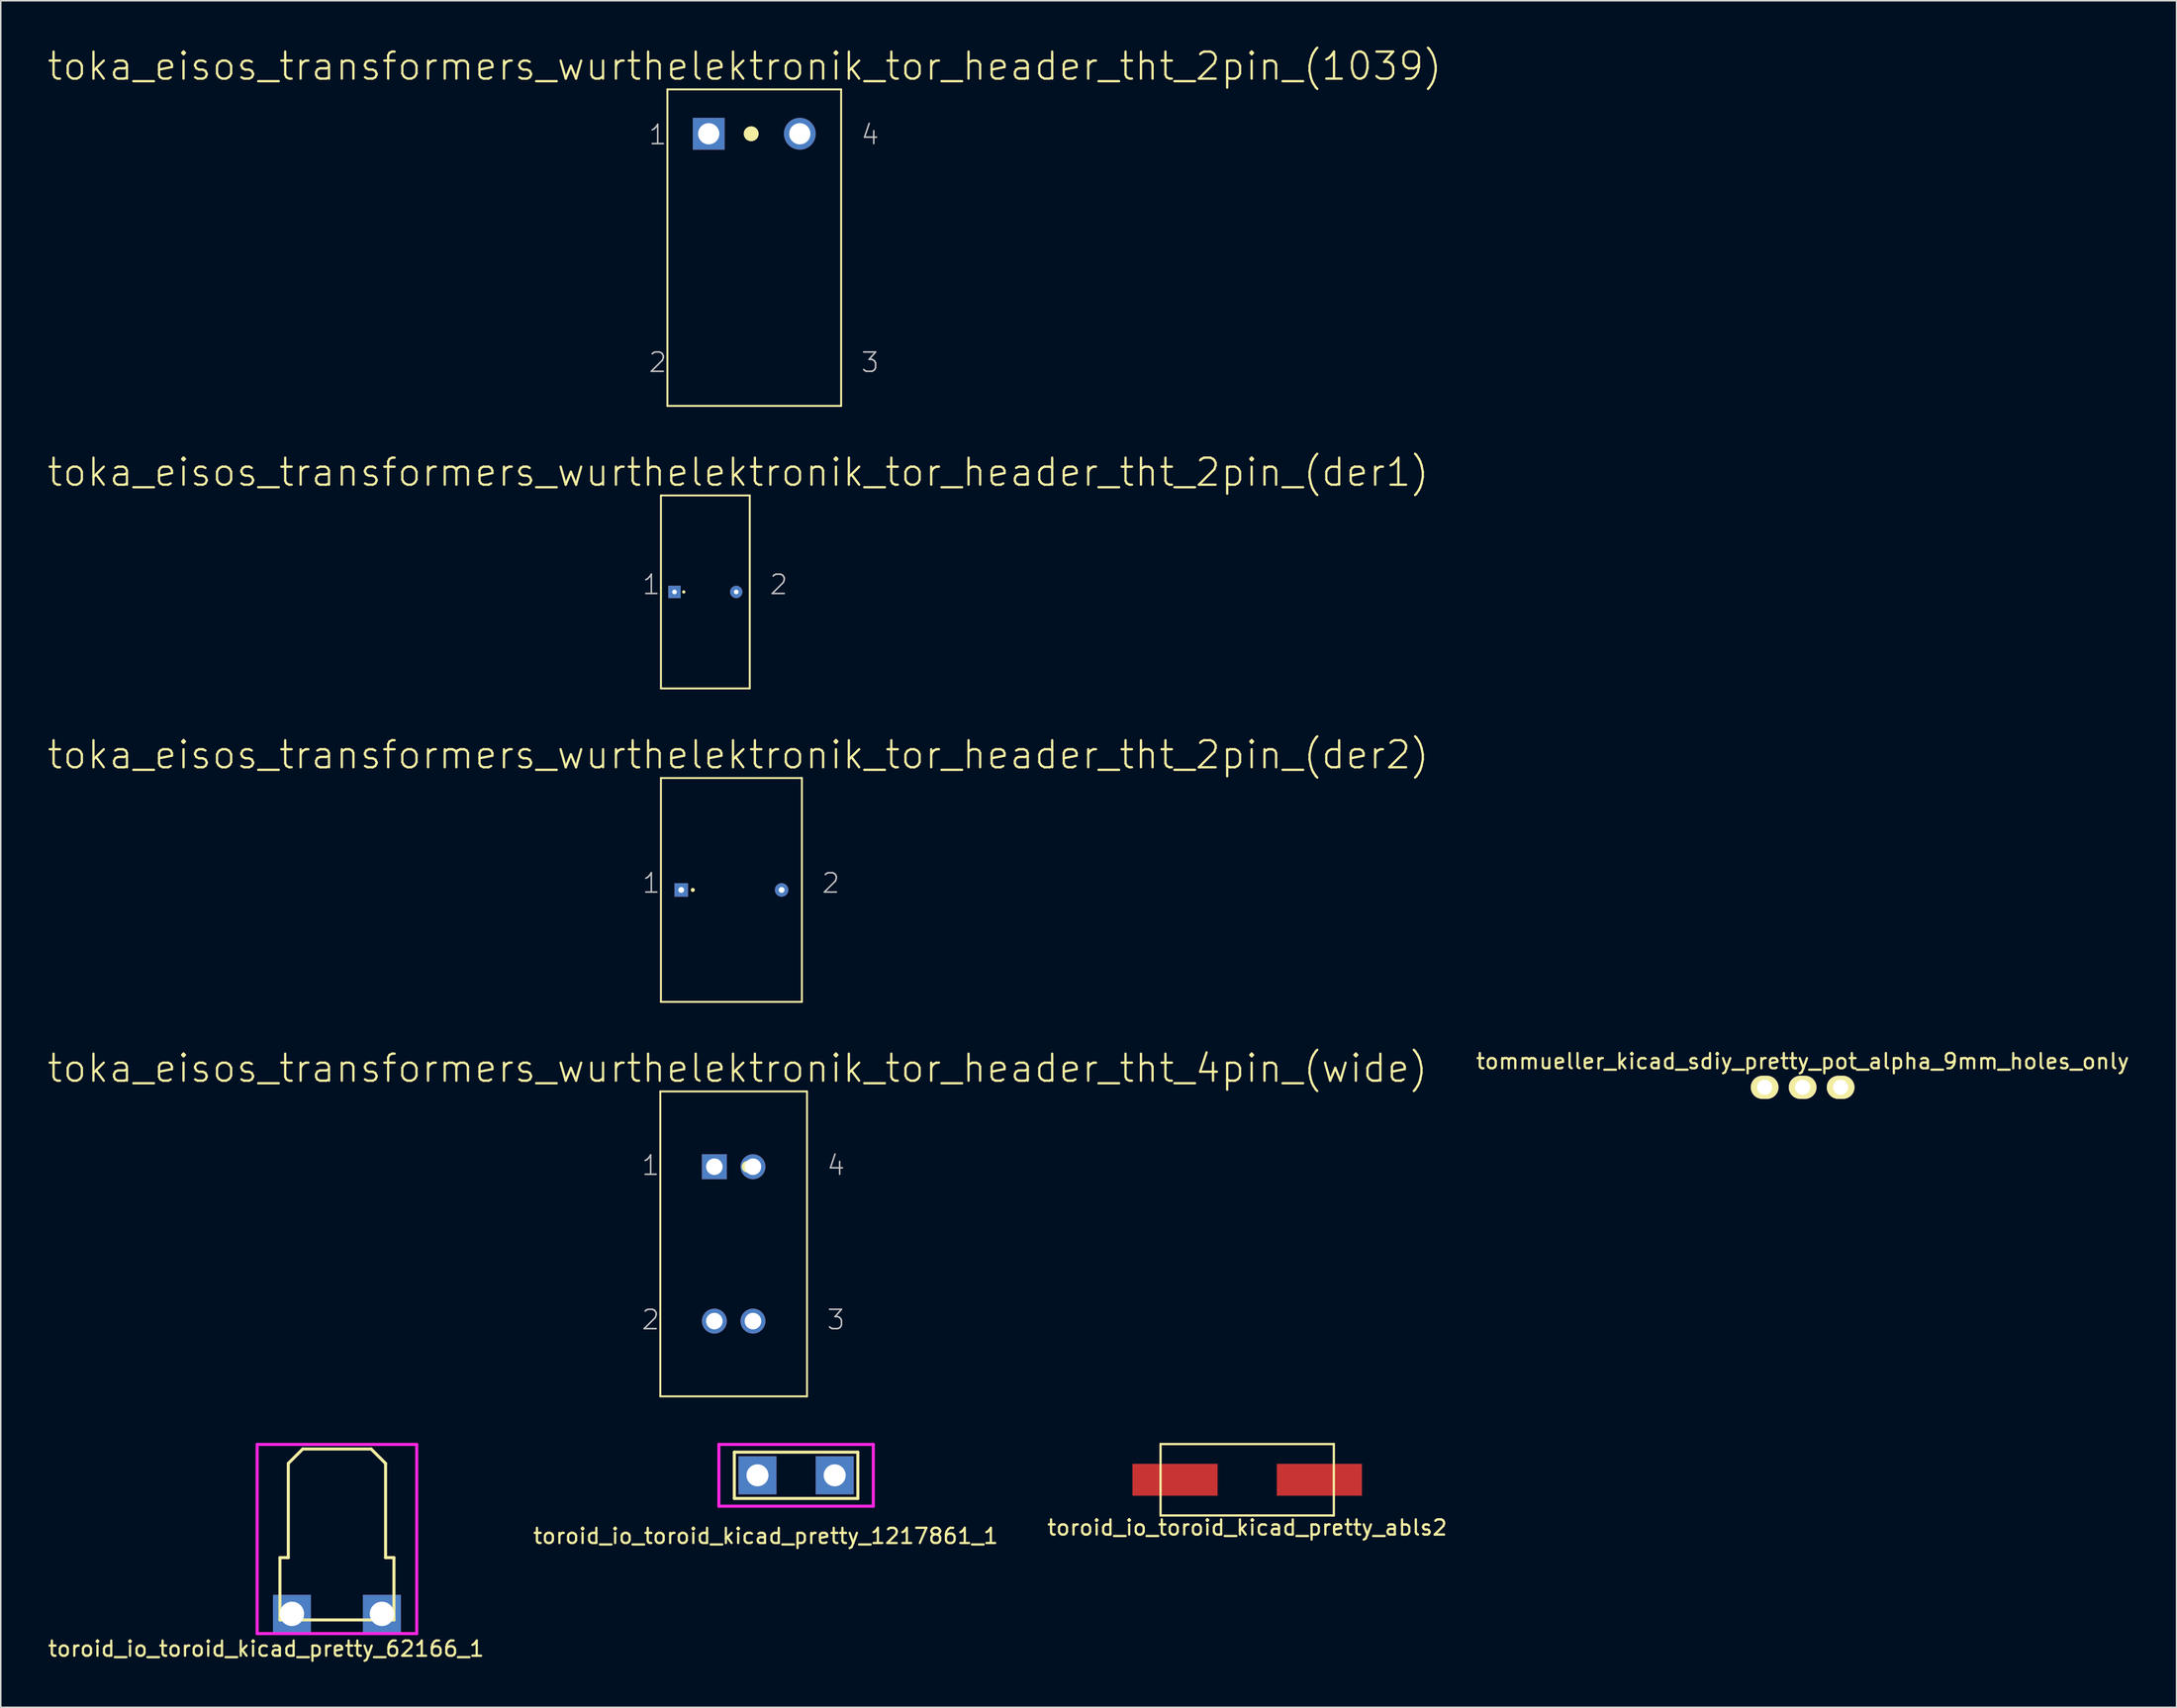
<source format=kicad_pcb>
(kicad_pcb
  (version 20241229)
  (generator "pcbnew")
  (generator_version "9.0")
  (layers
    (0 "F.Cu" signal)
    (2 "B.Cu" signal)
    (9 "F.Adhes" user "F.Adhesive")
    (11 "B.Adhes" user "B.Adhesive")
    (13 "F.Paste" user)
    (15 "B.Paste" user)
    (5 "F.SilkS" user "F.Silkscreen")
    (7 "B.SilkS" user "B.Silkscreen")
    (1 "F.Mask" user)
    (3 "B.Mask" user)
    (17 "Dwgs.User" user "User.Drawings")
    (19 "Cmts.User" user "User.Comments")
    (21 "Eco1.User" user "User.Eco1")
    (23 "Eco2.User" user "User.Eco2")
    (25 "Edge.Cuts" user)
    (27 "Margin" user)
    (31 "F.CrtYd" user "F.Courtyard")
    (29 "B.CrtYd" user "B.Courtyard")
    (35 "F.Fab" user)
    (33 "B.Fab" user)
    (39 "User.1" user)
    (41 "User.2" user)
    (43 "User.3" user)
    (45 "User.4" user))
  (footprint "toka_eisos_transformers_wurthelektronik_tor_header_tht_4pin_(wide)"
    (layer "F.Cu")
    (at 45.22 78.81)
    (property "Reference" "toka_eisos_transformers_wurthelektronik_tor_header_tht_4pin_(wide)" (at 0.254 -11.557 0) (layer "F.SilkS") (effects (font (size 1.778 1.778) (thickness 0.152))))
    (attr exclude_from_pos_files exclude_from_bom)
    (fp_line (start -4.826 -10.033) (end -4.826 10.033) (stroke (width 0.127) (type solid)) (layer "F.SilkS"))
    (fp_line (start -4.826 -10.033) (end 4.826 -10.033) (stroke (width 0.127) (type solid)) (layer "F.SilkS"))
    (fp_line (start -4.826 10.033) (end 4.826 10.033) (stroke (width 0.127) (type solid)) (layer "F.SilkS"))
    (fp_line (start 4.826 -10.033) (end 4.826 10.033) (stroke (width 0.127) (type solid)) (layer "F.SilkS"))
    (fp_circle (center 0.914 -5.08) (end 1.186 -5.352) (stroke (width 0) (type solid)) (fill yes) (layer "F.SilkS"))
    (fp_text user "3" (at 6.731 4.991 0) (layer "Dwgs.User") (effects (font (size 1.27 1.27) (thickness 0.102))))
    (fp_text user "4" (at 6.731 -5.166 0) (layer "Dwgs.User") (effects (font (size 1.27 1.27) (thickness 0.102))))
    (fp_text user "2" (at -5.461 4.991 0) (layer "Dwgs.User") (effects (font (size 1.27 1.27) (thickness 0.102))))
    (fp_text user "1" (at -5.461 -5.166 0) (layer "Dwgs.User") (effects (font (size 1.27 1.27) (thickness 0.102))))
    (pad "1" thru_hole rect (at -1.27 -5.08) (size 1.638 1.638) (drill 1.09) (layers "*.Cu" "*.Paste" "*.Mask"))
    (pad "2" thru_hole circle (at -1.27 5.08) (size 1.638 1.638) (drill 1.09) (layers "*.Cu" "*.Paste" "*.Mask"))
    (pad "3" thru_hole circle (at 1.27 5.08) (size 1.638 1.638) (drill 1.09) (layers "*.Cu" "*.Paste" "*.Mask"))
    (pad "4" thru_hole circle (at 1.27 -5.08) (size 1.638 1.638) (drill 1.09) (layers "*.Cu" "*.Paste" "*.Mask")))
  (footprint "tommueller_kicad_sdiy_pretty_pot_alpha_9mm_holes_only"
    (layer "F.Cu")
    (at 115.55 68.856)
    (property "Reference" "tommueller_kicad_sdiy_pretty_pot_alpha_9mm_holes_only" (at 0 -2.062 0) (layer "F.SilkS") (effects (font (size 1 1) (thickness 0.15))))
    (attr through_hole)
    (pad "1" thru_hole oval (at -2.5 -0.35) (size 1.824 1.524) (drill 1) (layers "*.Cu" "*.Mask" "F.SilkS"))
    (pad "2" thru_hole oval (at 0 -0.35) (size 1.824 1.524) (drill 1) (layers "*.Cu" "*.Mask" "F.SilkS"))
    (pad "3" thru_hole oval (at 2.5 -0.35) (size 1.824 1.524) (drill 1) (layers "*.Cu" "*.Mask" "F.SilkS")))
  (footprint "toroid_io_toroid_kicad_pretty_62166_1"
    (layer "F.Cu")
    (at 19.118 103.156)
    (property "Reference" "toroid_io_toroid_kicad_pretty_62166_1" (at -4.66 2.3 0) (layer "F.SilkS") (effects (font (size 1 1) (thickness 0.15))))
    (attr through_hole)
    (fp_line (start -3.75 -3.7) (end -3.2 -3.7) (stroke (width 0.2) (type solid)) (layer "F.SilkS"))
    (fp_line (start -3.75 0.4) (end -3.75 -3.7) (stroke (width 0.2) (type solid)) (layer "F.SilkS"))
    (fp_line (start -3.2 -9.9) (end -2.25 -10.85) (stroke (width 0.2) (type solid)) (layer "F.SilkS"))
    (fp_line (start -3.2 -3.7) (end -3.2 -9.9) (stroke (width 0.2) (type solid)) (layer "F.SilkS"))
    (fp_line (start 2.25 -10.85) (end -2.25 -10.85) (stroke (width 0.2) (type solid)) (layer "F.SilkS"))
    (fp_line (start 3.2 -9.9) (end 2.25 -10.85) (stroke (width 0.2) (type solid)) (layer "F.SilkS"))
    (fp_line (start 3.2 -3.7) (end 3.2 -9.9) (stroke (width 0.2) (type solid)) (layer "F.SilkS"))
    (fp_line (start 3.75 -3.7) (end 3.2 -3.7) (stroke (width 0.2) (type solid)) (layer "F.SilkS"))
    (fp_line (start 3.75 0.4) (end -3.75 0.4) (stroke (width 0.2) (type solid)) (layer "F.SilkS"))
    (fp_line (start 3.75 0.4) (end 3.75 -3.7) (stroke (width 0.2) (type solid)) (layer "F.SilkS"))
    (fp_line (start -5.25 -11.15) (end 5.25 -11.15) (stroke (width 0.2) (type solid)) (layer "F.CrtYd"))
    (fp_line (start -5.25 1.3) (end -5.25 -11.15) (stroke (width 0.2) (type solid)) (layer "F.CrtYd"))
    (fp_line (start 5.25 -11.15) (end 5.25 1.3) (stroke (width 0.2) (type solid)) (layer "F.CrtYd"))
    (fp_line (start 5.25 1.3) (end -5.25 1.3) (stroke (width 0.2) (type solid)) (layer "F.CrtYd"))
    (pad "1" thru_hole rect (at -2.96 0) (size 2.5 2.5) (drill oval 1.6) (layers "*.Cu" "*.Mask"))
    (pad "1" thru_hole rect (at 2.96 0) (size 2.5 2.5) (drill oval 1.6) (layers "*.Cu" "*.Mask")))
  (footprint "toka_eisos_transformers_wurthelektronik_tor_header_tht_2pin_(1039)"
    (layer "F.Cu")
    (at 46.575 13.246)
    (property "Reference" "toka_eisos_transformers_wurthelektronik_tor_header_tht_2pin_(1039)" (at -0.635 -11.938 0) (layer "F.SilkS") (effects (font (size 1.778 1.778) (thickness 0.152))))
    (attr exclude_from_pos_files exclude_from_bom)
    (fp_line (start -5.715 -10.414) (end -5.715 10.414) (stroke (width 0.127) (type solid)) (layer "F.SilkS"))
    (fp_line (start -5.715 -10.414) (end 5.715 -10.414) (stroke (width 0.127) (type solid)) (layer "F.SilkS"))
    (fp_line (start -5.715 10.414) (end 5.715 10.414) (stroke (width 0.127) (type solid)) (layer "F.SilkS"))
    (fp_line (start 5.715 -10.414) (end 5.715 10.414) (stroke (width 0.127) (type solid)) (layer "F.SilkS"))
    (fp_circle (center -0.203 -7.493) (end -0.551 -7.841) (stroke (width 0) (type solid)) (fill yes) (layer "F.SilkS"))
    (fp_text user "4" (at 7.62 -7.429 0) (layer "Dwgs.User") (effects (font (size 1.27 1.27) (thickness 0.102))))
    (fp_text user "1" (at -6.35 -7.429 0) (layer "Dwgs.User") (effects (font (size 1.27 1.27) (thickness 0.102))))
    (fp_text user "3" (at 7.62 7.556 0) (layer "Dwgs.User") (effects (font (size 1.27 1.27) (thickness 0.102))))
    (fp_text user "2" (at -6.35 7.556 0) (layer "Dwgs.User") (effects (font (size 1.27 1.27) (thickness 0.102))))
    (pad "1" thru_hole rect (at -2.997 -7.493) (size 2.095 2.095) (drill 1.397) (layers "*.Cu" "*.Paste" "*.Mask"))
    (pad "4" thru_hole circle (at 2.997 -7.493) (size 2.095 2.095) (drill 1.397) (layers "*.Cu" "*.Paste" "*.Mask")))
  (footprint "toka_eisos_transformers_wurthelektronik_tor_header_tht_2pin_(der1)"
    (layer "F.Cu")
    (at 43.358 35.905)
    (property "Reference" "toka_eisos_transformers_wurthelektronik_tor_header_tht_2pin_(der1)" (at 2.159 -7.874 0) (layer "F.SilkS") (effects (font (size 1.778 1.778) (thickness 0.152))))
    (attr exclude_from_pos_files exclude_from_bom)
    (fp_line (start -2.921 -6.35) (end -2.921 6.35) (stroke (width 0.127) (type solid)) (layer "F.SilkS"))
    (fp_line (start -2.921 -6.35) (end 2.921 -6.35) (stroke (width 0.127) (type solid)) (layer "F.SilkS"))
    (fp_line (start -2.921 6.35) (end 2.921 6.35) (stroke (width 0.127) (type solid)) (layer "F.SilkS"))
    (fp_line (start 2.921 -6.35) (end 2.921 6.35) (stroke (width 0.127) (type solid)) (layer "F.SilkS"))
    (fp_circle (center -1.422 0) (end -1.499 0.076) (stroke (width 0) (type solid)) (fill yes) (layer "F.SilkS"))
    (fp_text user "1" (at -3.556 -0.483 0) (layer "Dwgs.User") (effects (font (size 1.27 1.27) (thickness 0.102))))
    (fp_text user "2" (at 4.826 -0.483 0) (layer "Dwgs.User") (effects (font (size 1.27 1.27) (thickness 0.102))))
    (pad "1" thru_hole rect (at -2.032 0) (size 0.813 0.813) (drill 0.305) (layers "*.Cu" "*.Paste" "*.Mask"))
    (pad "2" thru_hole circle (at 2.032 0) (size 0.813 0.813) (drill 0.305) (layers "*.Cu" "*.Paste" "*.Mask")))
  (footprint "toka_eisos_transformers_wurthelektronik_tor_header_tht_2pin_(der2)"
    (layer "F.Cu")
    (at 45.072 55.516)
    (property "Reference" "toka_eisos_transformers_wurthelektronik_tor_header_tht_2pin_(der2)" (at 0.445 -8.89 0) (layer "F.SilkS") (effects (font (size 1.778 1.778) (thickness 0.152))))
    (attr exclude_from_pos_files exclude_from_bom)
    (fp_line (start -4.636 -7.366) (end -4.636 7.366) (stroke (width 0.127) (type solid)) (layer "F.SilkS"))
    (fp_line (start -4.636 -7.366) (end 4.636 -7.366) (stroke (width 0.127) (type solid)) (layer "F.SilkS"))
    (fp_line (start -4.636 7.366) (end 4.636 7.366) (stroke (width 0.127) (type solid)) (layer "F.SilkS"))
    (fp_line (start 4.636 -7.366) (end 4.636 7.366) (stroke (width 0.127) (type solid)) (layer "F.SilkS"))
    (fp_circle (center -2.54 0) (end -2.634 0.094) (stroke (width 0) (type solid)) (fill yes) (layer "F.SilkS"))
    (fp_text user "2" (at 6.54 -0.445 0) (layer "Dwgs.User") (effects (font (size 1.27 1.27) (thickness 0.102))))
    (fp_text user "1" (at -5.271 -0.445 0) (layer "Dwgs.User") (effects (font (size 1.27 1.27) (thickness 0.102))))
    (pad "1" thru_hole rect (at -3.302 0) (size 0.889 0.889) (drill 0.381) (layers "*.Cu" "*.Paste" "*.Mask"))
    (pad "2" thru_hole circle (at 3.302 0) (size 0.889 0.889) (drill 0.381) (layers "*.Cu" "*.Paste" "*.Mask")))
  (footprint "toroid_io_toroid_kicad_pretty_abls2"
    (layer "F.Cu")
    (at 79.006 94.331)
    (property "Reference" "toroid_io_toroid_kicad_pretty_abls2" (at 0 3.15 0) (layer "F.SilkS") (effects (font (size 1 1) (thickness 0.15))))
    (attr through_hole)
    (fp_line (start -5.7 -2.35) (end 5.7 -2.35) (stroke (width 0.15) (type solid)) (layer "F.SilkS"))
    (fp_line (start -5.7 2.35) (end -5.7 -2.35) (stroke (width 0.15) (type solid)) (layer "F.SilkS"))
    (fp_line (start 5.7 -2.35) (end 5.7 2.35) (stroke (width 0.15) (type solid)) (layer "F.SilkS"))
    (fp_line (start 5.7 2.35) (end -5.7 2.35) (stroke (width 0.15) (type solid)) (layer "F.SilkS"))
    (pad "1" smd rect (at -4.75 0) (size 5.6 2.1) (layers "F.Cu" "F.Mask" "F.Paste"))
    (pad "2" smd rect (at 4.75 0) (size 5.6 2.1) (layers "F.Cu" "F.Mask" "F.Paste")))
  (footprint "toroid_io_toroid_kicad_pretty_1217861_1"
    (layer "F.Cu")
    (at 49.327 94.038)
    (property "Reference" "toroid_io_toroid_kicad_pretty_1217861_1" (at -2 4 0) (layer "F.SilkS") (effects (font (size 1 1) (thickness 0.15))))
    (attr through_hole)
    (fp_line (start -4.064 1.524) (end -4.064 -1.524) (stroke (width 0.2) (type solid)) (layer "F.SilkS"))
    (fp_line (start 4.064 -1.524) (end -4.064 -1.524) (stroke (width 0.2) (type solid)) (layer "F.SilkS"))
    (fp_line (start 4.064 1.524) (end -4.064 1.524) (stroke (width 0.2) (type solid)) (layer "F.SilkS"))
    (fp_line (start 4.064 1.524) (end 4.064 -1.524) (stroke (width 0.2) (type solid)) (layer "F.SilkS"))
    (fp_line (start -5.08 -2.032) (end 5.08 -2.032) (stroke (width 0.2) (type solid)) (layer "F.CrtYd"))
    (fp_line (start -5.08 2.032) (end -5.08 -2.032) (stroke (width 0.2) (type solid)) (layer "F.CrtYd"))
    (fp_line (start 5.08 -2.032) (end 5.08 2.032) (stroke (width 0.2) (type solid)) (layer "F.CrtYd"))
    (fp_line (start 5.08 2.032) (end -5.08 2.032) (stroke (width 0.2) (type solid)) (layer "F.CrtYd"))
    (pad "1" thru_hole rect (at -2.54 0) (size 2.5 2.5) (drill oval 1.448) (layers "*.Cu" "*.Mask"))
    (pad "1" thru_hole rect (at 2.54 0) (size 2.5 2.5) (drill oval 1.448) (layers "*.Cu" "*.Mask")))
  (gr_rect
    (start -3 -3)
    (end 140.151 109.305)
    (stroke (width 0.1) (type default))
    (fill no)
    (layer "Edge.Cuts")))
</source>
